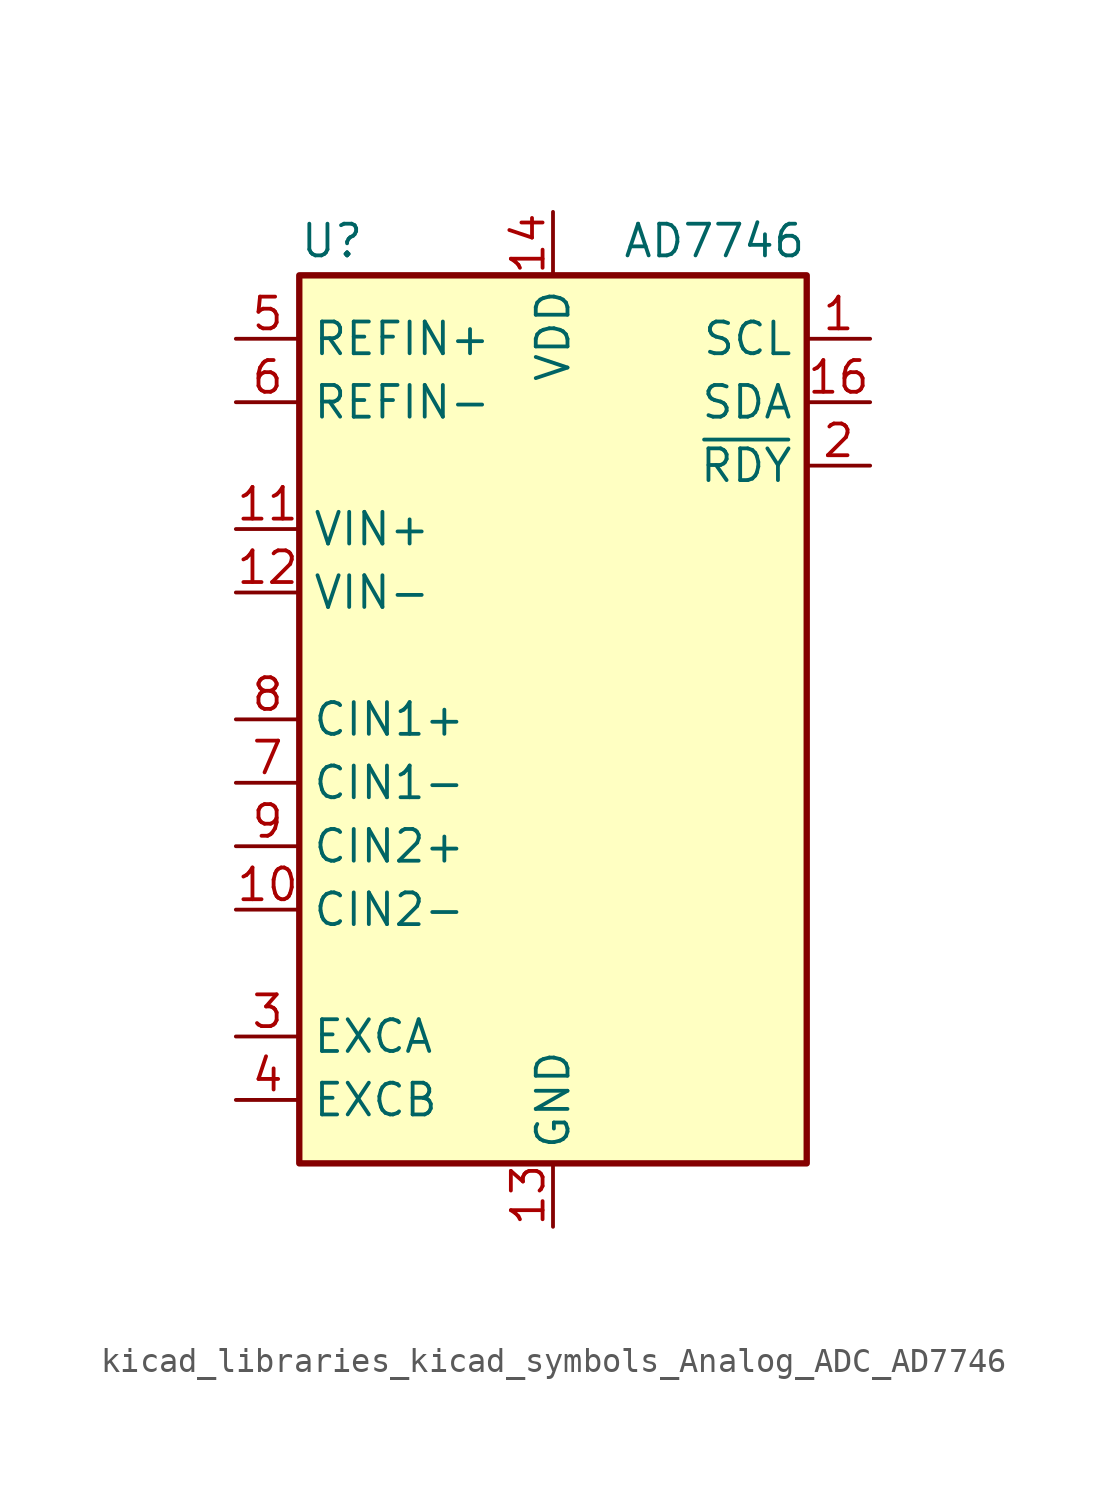
<source format=kicad_sym>
(kicad_symbol_lib
  (version 20220914)
  (generator kicad_symbol_editor)
  (symbol "kicad_libraries_kicad_symbols_Analog_ADC_AD7746"
    (property "Reference" "U"
      (at -10.16 18.415 0)
      (effects (font (size 1.27 1.27)) (justify left bottom)))
    (property "Value" "AD7746"
      (at 10.16 18.415 0)
      (effects (font (size 1.27 1.27)) (justify right bottom)))
    (symbol "kicad_libraries_kicad_symbols_Analog_ADC_AD7746_0_1"
      (rectangle (start -10.16 -17.78) (end 10.16 17.78) (stroke (width 0.254) (type default)) (fill (type background))))
    (symbol "kicad_libraries_kicad_symbols_Analog_ADC_AD7746_1_1"
      (pin input line (at 12.7 15.24 180) (length 2.54) (name "SCL" (effects (font (size 1.27 1.27)))) (number "1" (effects (font (size 1.27 1.27)))))
      (pin passive line (at -12.7 -7.62 0) (length 2.54) (name "CIN2-" (effects (font (size 1.27 1.27)))) (number "10" (effects (font (size 1.27 1.27)))))
      (pin input line (at -12.7 7.62 0) (length 2.54) (name "VIN+" (effects (font (size 1.27 1.27)))) (number "11" (effects (font (size 1.27 1.27)))))
      (pin input line (at -12.7 5.08 0) (length 2.54) (name "VIN-" (effects (font (size 1.27 1.27)))) (number "12" (effects (font (size 1.27 1.27)))))
      (pin power_in line (at 0 -20.32 90) (length 2.54) (name "GND" (effects (font (size 1.27 1.27)))) (number "13" (effects (font (size 1.27 1.27)))))
      (pin power_in line (at 0 20.32 270) (length 2.54) (name "VDD" (effects (font (size 1.27 1.27)))) (number "14" (effects (font (size 1.27 1.27)))))
      (pin no_connect line (at 10.16 -15.24 180) (length 2.54) hide (name "NC" (effects (font (size 1.27 1.27)))) (number "15" (effects (font (size 1.27 1.27)))))
      (pin bidirectional line (at 12.7 12.7 180) (length 2.54) (name "SDA" (effects (font (size 1.27 1.27)))) (number "16" (effects (font (size 1.27 1.27)))))
      (pin output line (at 12.7 10.16 180) (length 2.54) (name "~{RDY}" (effects (font (size 1.27 1.27)))) (number "2" (effects (font (size 1.27 1.27)))))
      (pin output line (at -12.7 -12.7 0) (length 2.54) (name "EXCA" (effects (font (size 1.27 1.27)))) (number "3" (effects (font (size 1.27 1.27)))))
      (pin output line (at -12.7 -15.24 0) (length 2.54) (name "EXCB" (effects (font (size 1.27 1.27)))) (number "4" (effects (font (size 1.27 1.27)))))
      (pin input line (at -12.7 15.24 0) (length 2.54) (name "REFIN+" (effects (font (size 1.27 1.27)))) (number "5" (effects (font (size 1.27 1.27)))))
      (pin input line (at -12.7 12.7 0) (length 2.54) (name "REFIN-" (effects (font (size 1.27 1.27)))) (number "6" (effects (font (size 1.27 1.27)))))
      (pin passive line (at -12.7 -2.54 0) (length 2.54) (name "CIN1-" (effects (font (size 1.27 1.27)))) (number "7" (effects (font (size 1.27 1.27)))))
      (pin passive line (at -12.7 0 0) (length 2.54) (name "CIN1+" (effects (font (size 1.27 1.27)))) (number "8" (effects (font (size 1.27 1.27)))))
      (pin passive line (at -12.7 -5.08 0) (length 2.54) (name "CIN2+" (effects (font (size 1.27 1.27)))) (number "9" (effects (font (size 1.27 1.27))))))))
</source>
